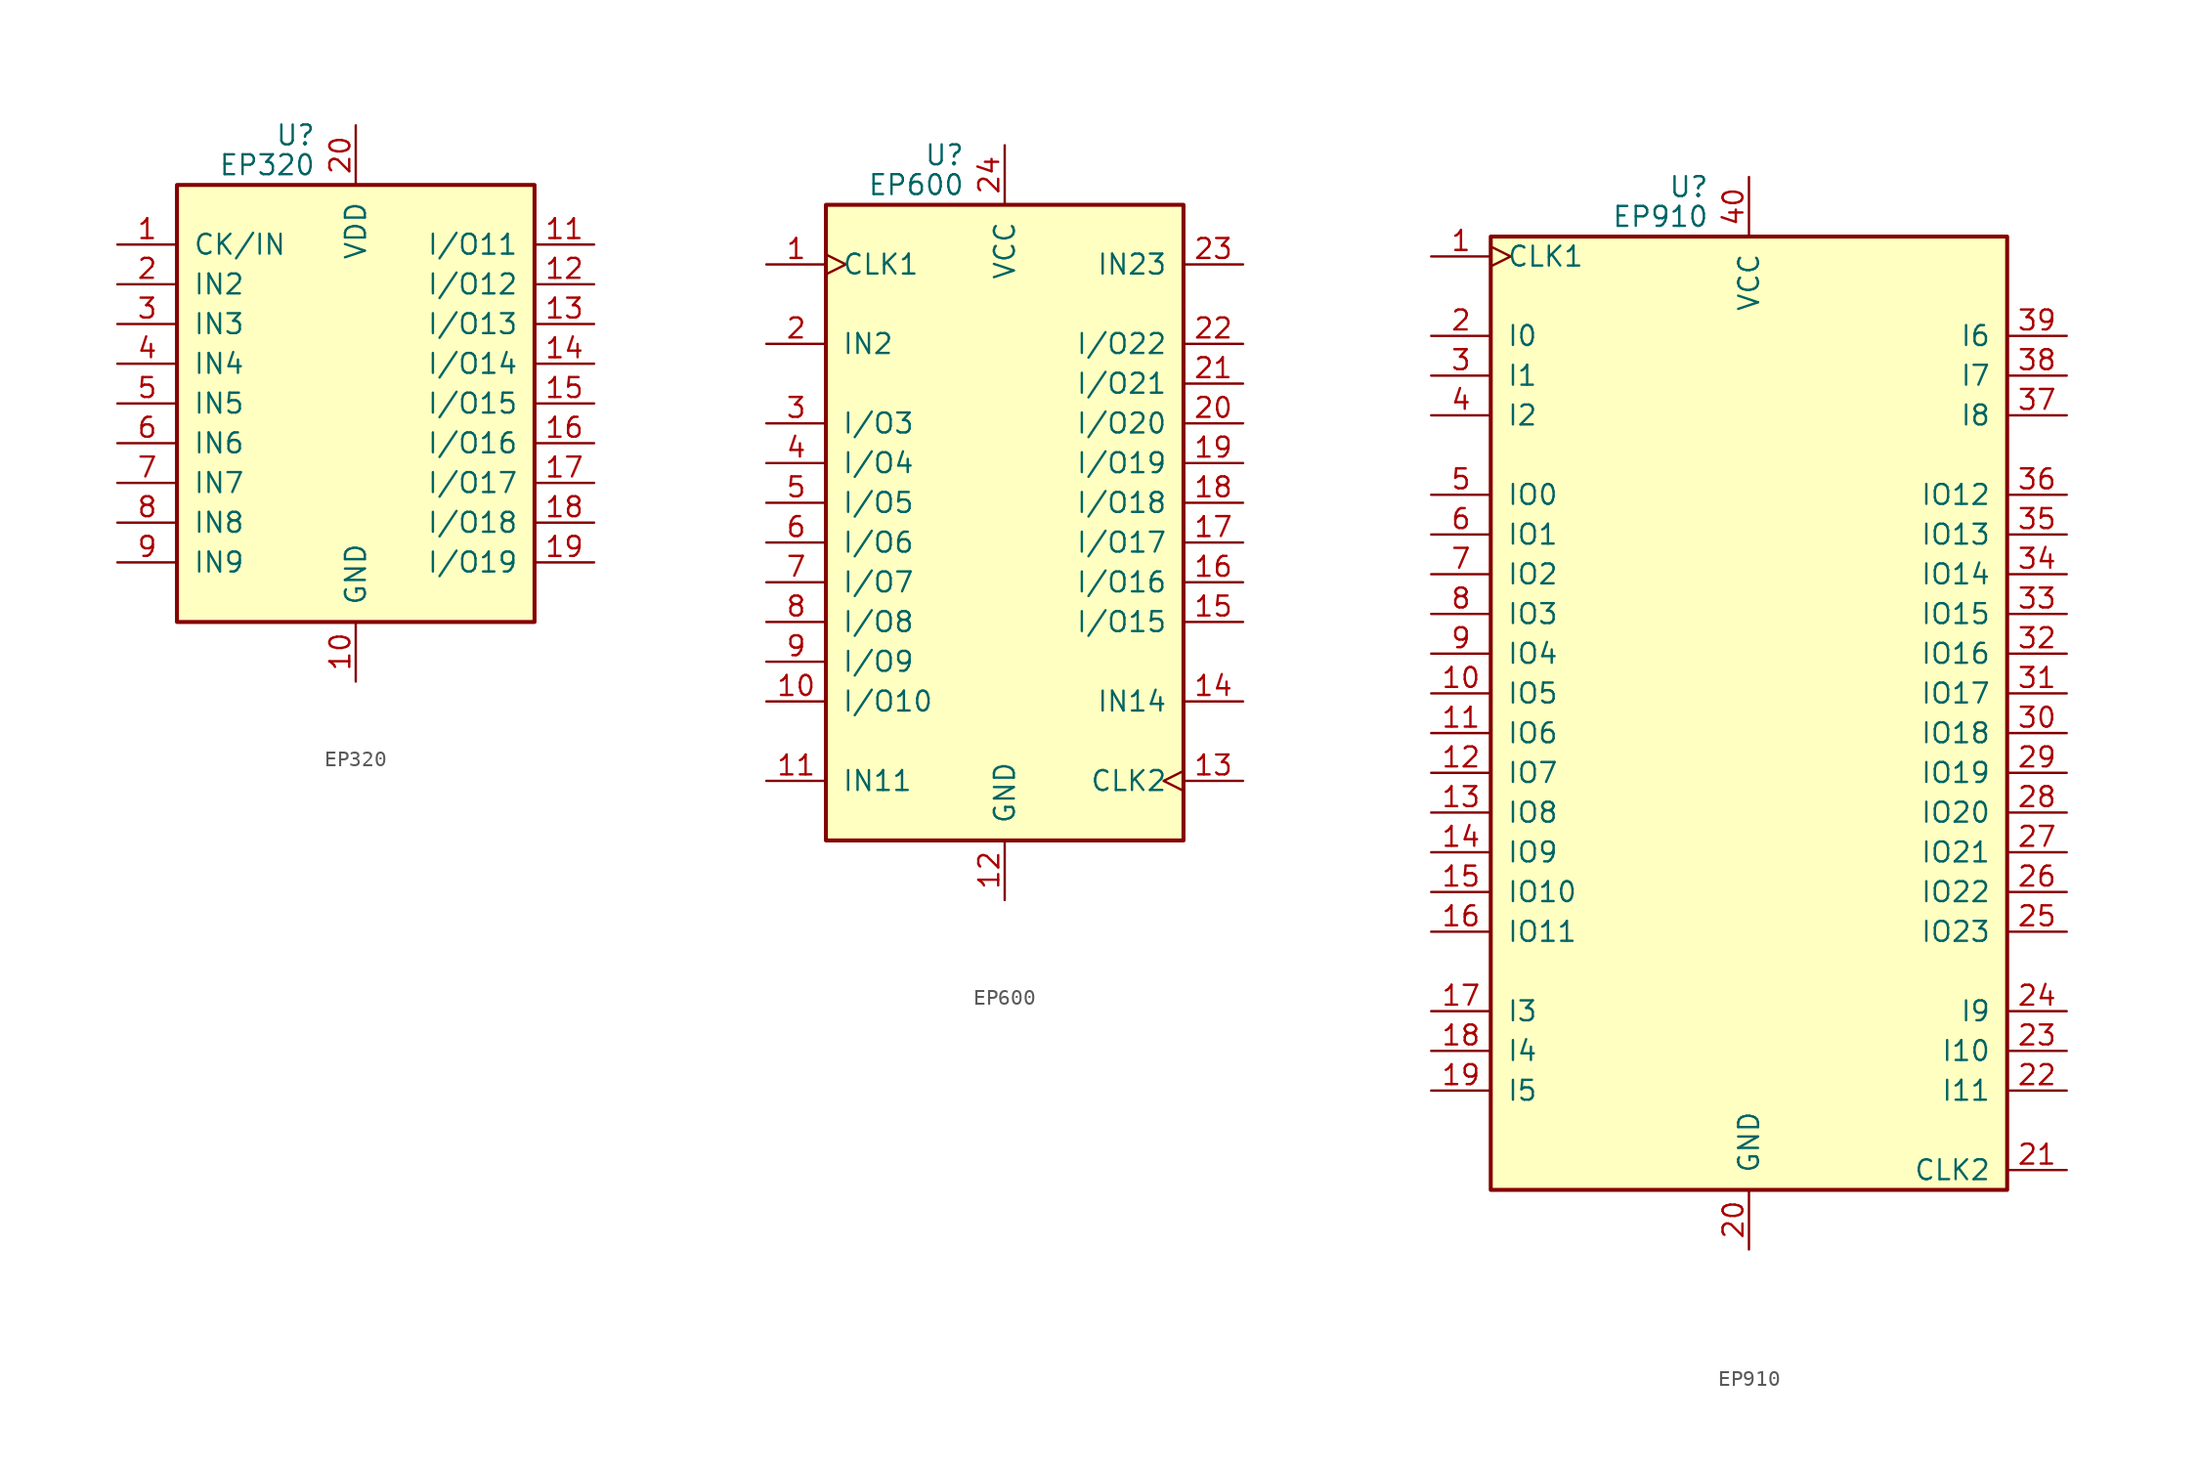
<source format=kicad_sym>
(kicad_symbol_lib
  (version 20201005)
  (generator kicad_symbol_editor)
  (symbol "EP320"
    (pin_names
      (offset 1.016))
    (property "Reference" "U"
      (at -2.54 17.145 0)
      (effects (font (size 1.27 1.27)) (justify right)))
    (property "Value" "EP320"
      (at -2.54 15.24 0)
      (effects (font (size 1.27 1.27)) (justify right)))
    (symbol "EP320_0_1"
      (rectangle (start -11.43 -13.97) (end 11.43 13.97) (stroke (width 0.254)) (fill (type background))))
    (symbol "EP320_1_1"
      (pin input line (at -15.24 10.16 0) (length 3.81) (name "CK/IN" (effects (font (size 1.27 1.27)))) (number "1" (effects (font (size 1.27 1.27)))))
      (pin power_in line (at 0 -17.78 90) (length 3.81) (name "GND" (effects (font (size 1.27 1.27)))) (number "10" (effects (font (size 1.27 1.27)))))
      (pin bidirectional line (at 15.24 10.16 180) (length 3.81) (name "I/O11" (effects (font (size 1.27 1.27)))) (number "11" (effects (font (size 1.27 1.27)))))
      (pin bidirectional line (at 15.24 7.62 180) (length 3.81) (name "I/O12" (effects (font (size 1.27 1.27)))) (number "12" (effects (font (size 1.27 1.27)))))
      (pin bidirectional line (at 15.24 5.08 180) (length 3.81) (name "I/O13" (effects (font (size 1.27 1.27)))) (number "13" (effects (font (size 1.27 1.27)))))
      (pin bidirectional line (at 15.24 2.54 180) (length 3.81) (name "I/O14" (effects (font (size 1.27 1.27)))) (number "14" (effects (font (size 1.27 1.27)))))
      (pin bidirectional line (at 15.24 0 180) (length 3.81) (name "I/O15" (effects (font (size 1.27 1.27)))) (number "15" (effects (font (size 1.27 1.27)))))
      (pin bidirectional line (at 15.24 -2.54 180) (length 3.81) (name "I/O16" (effects (font (size 1.27 1.27)))) (number "16" (effects (font (size 1.27 1.27)))))
      (pin bidirectional line (at 15.24 -5.08 180) (length 3.81) (name "I/O17" (effects (font (size 1.27 1.27)))) (number "17" (effects (font (size 1.27 1.27)))))
      (pin bidirectional line (at 15.24 -7.62 180) (length 3.81) (name "I/O18" (effects (font (size 1.27 1.27)))) (number "18" (effects (font (size 1.27 1.27)))))
      (pin bidirectional line (at 15.24 -10.16 180) (length 3.81) (name "I/O19" (effects (font (size 1.27 1.27)))) (number "19" (effects (font (size 1.27 1.27)))))
      (pin input line (at -15.24 7.62 0) (length 3.81) (name "IN2" (effects (font (size 1.27 1.27)))) (number "2" (effects (font (size 1.27 1.27)))))
      (pin power_in line (at 0 17.78 270) (length 3.81) (name "VDD" (effects (font (size 1.27 1.27)))) (number "20" (effects (font (size 1.27 1.27)))))
      (pin input line (at -15.24 5.08 0) (length 3.81) (name "IN3" (effects (font (size 1.27 1.27)))) (number "3" (effects (font (size 1.27 1.27)))))
      (pin input line (at -15.24 2.54 0) (length 3.81) (name "IN4" (effects (font (size 1.27 1.27)))) (number "4" (effects (font (size 1.27 1.27)))))
      (pin input line (at -15.24 0 0) (length 3.81) (name "IN5" (effects (font (size 1.27 1.27)))) (number "5" (effects (font (size 1.27 1.27)))))
      (pin input line (at -15.24 -2.54 0) (length 3.81) (name "IN6" (effects (font (size 1.27 1.27)))) (number "6" (effects (font (size 1.27 1.27)))))
      (pin input line (at -15.24 -5.08 0) (length 3.81) (name "IN7" (effects (font (size 1.27 1.27)))) (number "7" (effects (font (size 1.27 1.27)))))
      (pin input line (at -15.24 -7.62 0) (length 3.81) (name "IN8" (effects (font (size 1.27 1.27)))) (number "8" (effects (font (size 1.27 1.27)))))
      (pin input line (at -15.24 -10.16 0) (length 3.81) (name "IN9" (effects (font (size 1.27 1.27)))) (number "9" (effects (font (size 1.27 1.27)))))))
  (symbol "EP600"
    (pin_names
      (offset 1.016))
    (property "Reference" "U"
      (at -2.54 24.765 0)
      (effects (font (size 1.27 1.27)) (justify right)))
    (property "Value" "EP600"
      (at -2.54 22.86 0)
      (effects (font (size 1.27 1.27)) (justify right)))
    (symbol "EP600_0_1"
      (rectangle (start -11.43 -19.05) (end 11.43 21.59) (stroke (width 0.254)) (fill (type background))))
    (symbol "EP600_1_1"
      (pin input clock (at -15.24 17.78 0) (length 3.81) (name "CLK1" (effects (font (size 1.27 1.27)))) (number "1" (effects (font (size 1.27 1.27)))))
      (pin passive line (at -15.24 -10.16 0) (length 3.81) (name "I/O10" (effects (font (size 1.27 1.27)))) (number "10" (effects (font (size 1.27 1.27)))))
      (pin input line (at -15.24 -15.24 0) (length 3.81) (name "IN11" (effects (font (size 1.27 1.27)))) (number "11" (effects (font (size 1.27 1.27)))))
      (pin power_in line (at 0 -22.86 90) (length 3.81) (name "GND" (effects (font (size 1.27 1.27)))) (number "12" (effects (font (size 1.27 1.27)))))
      (pin input clock (at 15.24 -15.24 180) (length 3.81) (name "CLK2" (effects (font (size 1.27 1.27)))) (number "13" (effects (font (size 1.27 1.27)))))
      (pin input line (at 15.24 -10.16 180) (length 3.81) (name "IN14" (effects (font (size 1.27 1.27)))) (number "14" (effects (font (size 1.27 1.27)))))
      (pin passive line (at 15.24 -5.08 180) (length 3.81) (name "I/O15" (effects (font (size 1.27 1.27)))) (number "15" (effects (font (size 1.27 1.27)))))
      (pin passive line (at 15.24 -2.54 180) (length 3.81) (name "I/O16" (effects (font (size 1.27 1.27)))) (number "16" (effects (font (size 1.27 1.27)))))
      (pin passive line (at 15.24 0 180) (length 3.81) (name "I/O17" (effects (font (size 1.27 1.27)))) (number "17" (effects (font (size 1.27 1.27)))))
      (pin passive line (at 15.24 2.54 180) (length 3.81) (name "I/O18" (effects (font (size 1.27 1.27)))) (number "18" (effects (font (size 1.27 1.27)))))
      (pin passive line (at 15.24 5.08 180) (length 3.81) (name "I/O19" (effects (font (size 1.27 1.27)))) (number "19" (effects (font (size 1.27 1.27)))))
      (pin input line (at -15.24 12.7 0) (length 3.81) (name "IN2" (effects (font (size 1.27 1.27)))) (number "2" (effects (font (size 1.27 1.27)))))
      (pin passive line (at 15.24 7.62 180) (length 3.81) (name "I/O20" (effects (font (size 1.27 1.27)))) (number "20" (effects (font (size 1.27 1.27)))))
      (pin passive line (at 15.24 10.16 180) (length 3.81) (name "I/O21" (effects (font (size 1.27 1.27)))) (number "21" (effects (font (size 1.27 1.27)))))
      (pin passive line (at 15.24 12.7 180) (length 3.81) (name "I/O22" (effects (font (size 1.27 1.27)))) (number "22" (effects (font (size 1.27 1.27)))))
      (pin input line (at 15.24 17.78 180) (length 3.81) (name "IN23" (effects (font (size 1.27 1.27)))) (number "23" (effects (font (size 1.27 1.27)))))
      (pin power_in line (at 0 25.4 270) (length 3.81) (name "VCC" (effects (font (size 1.27 1.27)))) (number "24" (effects (font (size 1.27 1.27)))))
      (pin passive line (at -15.24 7.62 0) (length 3.81) (name "I/O3" (effects (font (size 1.27 1.27)))) (number "3" (effects (font (size 1.27 1.27)))))
      (pin passive line (at -15.24 5.08 0) (length 3.81) (name "I/O4" (effects (font (size 1.27 1.27)))) (number "4" (effects (font (size 1.27 1.27)))))
      (pin passive line (at -15.24 2.54 0) (length 3.81) (name "I/O5" (effects (font (size 1.27 1.27)))) (number "5" (effects (font (size 1.27 1.27)))))
      (pin passive line (at -15.24 0 0) (length 3.81) (name "I/O6" (effects (font (size 1.27 1.27)))) (number "6" (effects (font (size 1.27 1.27)))))
      (pin passive line (at -15.24 -2.54 0) (length 3.81) (name "I/O7" (effects (font (size 1.27 1.27)))) (number "7" (effects (font (size 1.27 1.27)))))
      (pin passive line (at -15.24 -5.08 0) (length 3.81) (name "I/O8" (effects (font (size 1.27 1.27)))) (number "8" (effects (font (size 1.27 1.27)))))
      (pin passive line (at -15.24 -7.62 0) (length 3.81) (name "I/O9" (effects (font (size 1.27 1.27)))) (number "9" (effects (font (size 1.27 1.27)))))))
  (symbol "EP910"
    (pin_names
      (offset 1.016))
    (property "Reference" "U"
      (at -2.54 32.385 0)
      (effects (font (size 1.27 1.27)) (justify right)))
    (property "Value" "EP910"
      (at -2.54 30.48 0)
      (effects (font (size 1.27 1.27)) (justify right)))
    (symbol "EP910_0_1"
      (rectangle (start -16.51 -31.75) (end 16.51 29.21) (stroke (width 0.254)) (fill (type background))))
    (symbol "EP910_1_1"
      (pin input clock (at -20.32 27.94 0) (length 3.81) (name "CLK1" (effects (font (size 1.27 1.27)))) (number "1" (effects (font (size 1.27 1.27)))))
      (pin input line (at -20.32 0 0) (length 3.81) (name "IO5" (effects (font (size 1.27 1.27)))) (number "10" (effects (font (size 1.27 1.27)))))
      (pin input line (at -20.32 -2.54 0) (length 3.81) (name "IO6" (effects (font (size 1.27 1.27)))) (number "11" (effects (font (size 1.27 1.27)))))
      (pin input line (at -20.32 -5.08 0) (length 3.81) (name "IO7" (effects (font (size 1.27 1.27)))) (number "12" (effects (font (size 1.27 1.27)))))
      (pin input line (at -20.32 -7.62 0) (length 3.81) (name "IO8" (effects (font (size 1.27 1.27)))) (number "13" (effects (font (size 1.27 1.27)))))
      (pin input line (at -20.32 -10.16 0) (length 3.81) (name "IO9" (effects (font (size 1.27 1.27)))) (number "14" (effects (font (size 1.27 1.27)))))
      (pin input line (at -20.32 -12.7 0) (length 3.81) (name "IO10" (effects (font (size 1.27 1.27)))) (number "15" (effects (font (size 1.27 1.27)))))
      (pin input line (at -20.32 -15.24 0) (length 3.81) (name "IO11" (effects (font (size 1.27 1.27)))) (number "16" (effects (font (size 1.27 1.27)))))
      (pin input line (at -20.32 -20.32 0) (length 3.81) (name "I3" (effects (font (size 1.27 1.27)))) (number "17" (effects (font (size 1.27 1.27)))))
      (pin input line (at -20.32 -22.86 0) (length 3.81) (name "I4" (effects (font (size 1.27 1.27)))) (number "18" (effects (font (size 1.27 1.27)))))
      (pin input line (at -20.32 -25.4 0) (length 3.81) (name "I5" (effects (font (size 1.27 1.27)))) (number "19" (effects (font (size 1.27 1.27)))))
      (pin input line (at -20.32 22.86 0) (length 3.81) (name "I0" (effects (font (size 1.27 1.27)))) (number "2" (effects (font (size 1.27 1.27)))))
      (pin power_in line (at 0 -35.56 90) (length 3.81) (name "GND" (effects (font (size 1.27 1.27)))) (number "20" (effects (font (size 1.27 1.27)))))
      (pin input line (at 20.32 -30.48 180) (length 3.81) (name "CLK2" (effects (font (size 1.27 1.27)))) (number "21" (effects (font (size 1.27 1.27)))))
      (pin input line (at 20.32 -25.4 180) (length 3.81) (name "I11" (effects (font (size 1.27 1.27)))) (number "22" (effects (font (size 1.27 1.27)))))
      (pin input line (at 20.32 -22.86 180) (length 3.81) (name "I10" (effects (font (size 1.27 1.27)))) (number "23" (effects (font (size 1.27 1.27)))))
      (pin input line (at 20.32 -20.32 180) (length 3.81) (name "I9" (effects (font (size 1.27 1.27)))) (number "24" (effects (font (size 1.27 1.27)))))
      (pin input line (at 20.32 -15.24 180) (length 3.81) (name "IO23" (effects (font (size 1.27 1.27)))) (number "25" (effects (font (size 1.27 1.27)))))
      (pin input line (at 20.32 -12.7 180) (length 3.81) (name "IO22" (effects (font (size 1.27 1.27)))) (number "26" (effects (font (size 1.27 1.27)))))
      (pin input line (at 20.32 -10.16 180) (length 3.81) (name "IO21" (effects (font (size 1.27 1.27)))) (number "27" (effects (font (size 1.27 1.27)))))
      (pin input line (at 20.32 -7.62 180) (length 3.81) (name "IO20" (effects (font (size 1.27 1.27)))) (number "28" (effects (font (size 1.27 1.27)))))
      (pin input line (at 20.32 -5.08 180) (length 3.81) (name "IO19" (effects (font (size 1.27 1.27)))) (number "29" (effects (font (size 1.27 1.27)))))
      (pin input line (at -20.32 20.32 0) (length 3.81) (name "I1" (effects (font (size 1.27 1.27)))) (number "3" (effects (font (size 1.27 1.27)))))
      (pin input line (at 20.32 -2.54 180) (length 3.81) (name "IO18" (effects (font (size 1.27 1.27)))) (number "30" (effects (font (size 1.27 1.27)))))
      (pin input line (at 20.32 0 180) (length 3.81) (name "IO17" (effects (font (size 1.27 1.27)))) (number "31" (effects (font (size 1.27 1.27)))))
      (pin input line (at 20.32 2.54 180) (length 3.81) (name "IO16" (effects (font (size 1.27 1.27)))) (number "32" (effects (font (size 1.27 1.27)))))
      (pin input line (at 20.32 5.08 180) (length 3.81) (name "IO15" (effects (font (size 1.27 1.27)))) (number "33" (effects (font (size 1.27 1.27)))))
      (pin input line (at 20.32 7.62 180) (length 3.81) (name "IO14" (effects (font (size 1.27 1.27)))) (number "34" (effects (font (size 1.27 1.27)))))
      (pin input line (at 20.32 10.16 180) (length 3.81) (name "IO13" (effects (font (size 1.27 1.27)))) (number "35" (effects (font (size 1.27 1.27)))))
      (pin input line (at 20.32 12.7 180) (length 3.81) (name "IO12" (effects (font (size 1.27 1.27)))) (number "36" (effects (font (size 1.27 1.27)))))
      (pin input line (at 20.32 17.78 180) (length 3.81) (name "I8" (effects (font (size 1.27 1.27)))) (number "37" (effects (font (size 1.27 1.27)))))
      (pin input line (at 20.32 20.32 180) (length 3.81) (name "I7" (effects (font (size 1.27 1.27)))) (number "38" (effects (font (size 1.27 1.27)))))
      (pin input line (at 20.32 22.86 180) (length 3.81) (name "I6" (effects (font (size 1.27 1.27)))) (number "39" (effects (font (size 1.27 1.27)))))
      (pin input line (at -20.32 17.78 0) (length 3.81) (name "I2" (effects (font (size 1.27 1.27)))) (number "4" (effects (font (size 1.27 1.27)))))
      (pin power_in line (at 0 33.02 270) (length 3.81) (name "VCC" (effects (font (size 1.27 1.27)))) (number "40" (effects (font (size 1.27 1.27)))))
      (pin input line (at -20.32 12.7 0) (length 3.81) (name "IO0" (effects (font (size 1.27 1.27)))) (number "5" (effects (font (size 1.27 1.27)))))
      (pin input line (at -20.32 10.16 0) (length 3.81) (name "IO1" (effects (font (size 1.27 1.27)))) (number "6" (effects (font (size 1.27 1.27)))))
      (pin input line (at -20.32 7.62 0) (length 3.81) (name "IO2" (effects (font (size 1.27 1.27)))) (number "7" (effects (font (size 1.27 1.27)))))
      (pin input line (at -20.32 5.08 0) (length 3.81) (name "IO3" (effects (font (size 1.27 1.27)))) (number "8" (effects (font (size 1.27 1.27)))))
      (pin input line (at -20.32 2.54 0) (length 3.81) (name "IO4" (effects (font (size 1.27 1.27)))) (number "9" (effects (font (size 1.27 1.27))))))))
</source>
